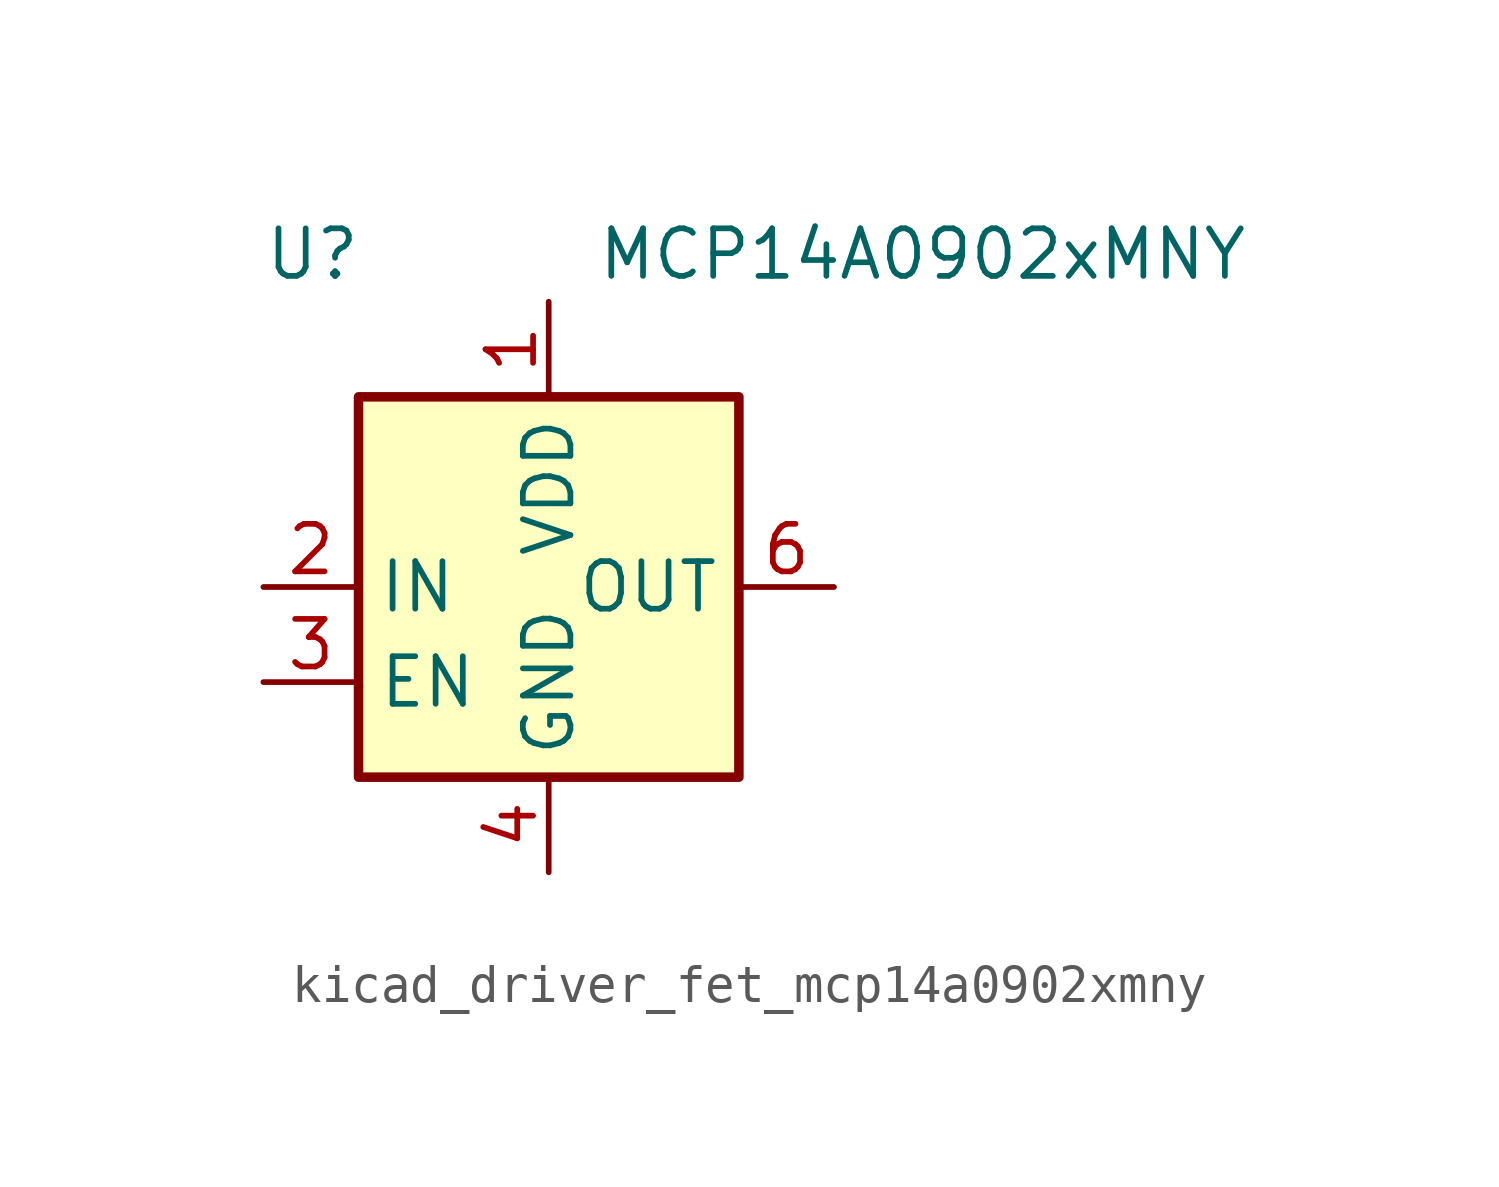
<source format=kicad_sym>
(kicad_symbol_lib
  (version 20220914)
  (generator kicad_symbol_editor)
  (symbol "kicad_driver_fet_mcp14a0902xmny"
    (property "Reference" "U"
      (at -7.62 8.89 0)
      (effects (font (size 1.27 1.27)) (justify left)))
    (property "Value" "MCP14A0902xMNY"
      (at 1.27 8.89 0)
      (effects (font (size 1.27 1.27)) (justify left)))
    (symbol "kicad_driver_fet_mcp14a0902xmny_1_1"
      (rectangle (start -5.08 -5.08) (end 5.08 5.08) (stroke (width 0.254) (type default)) (fill (type background)))
      (pin power_in line (at 0 7.62 270) (length 2.54) (name "VDD" (effects (font (size 1.27 1.27)))) (number "1" (effects (font (size 1.27 1.27)))))
      (pin input line (at -7.62 0 0) (length 2.54) (name "IN" (effects (font (size 1.27 1.27)))) (number "2" (effects (font (size 1.27 1.27)))))
      (pin input line (at -7.62 -2.54 0) (length 2.54) (name "EN" (effects (font (size 1.27 1.27)))) (number "3" (effects (font (size 1.27 1.27)))))
      (pin power_in line (at 0 -7.62 90) (length 2.54) (name "GND" (effects (font (size 1.27 1.27)))) (number "4" (effects (font (size 1.27 1.27)))))
      (pin passive line (at 0 -7.62 90) (length 2.54) hide (name "GND" (effects (font (size 1.27 1.27)))) (number "5" (effects (font (size 1.27 1.27)))))
      (pin output line (at 7.62 0 180) (length 2.54) (name "OUT" (effects (font (size 1.27 1.27)))) (number "6" (effects (font (size 1.27 1.27)))))
      (pin passive line (at 7.62 0 180) (length 2.54) hide (name "OUT" (effects (font (size 1.27 1.27)))) (number "7" (effects (font (size 1.27 1.27)))))
      (pin passive line (at 0 7.62 270) (length 2.54) hide (name "VDD" (effects (font (size 1.27 1.27)))) (number "8" (effects (font (size 1.27 1.27)))))
      (pin passive line (at 0 -7.62 90) (length 2.54) hide (name "GND" (effects (font (size 1.27 1.27)))) (number "9" (effects (font (size 1.27 1.27))))))))
</source>
